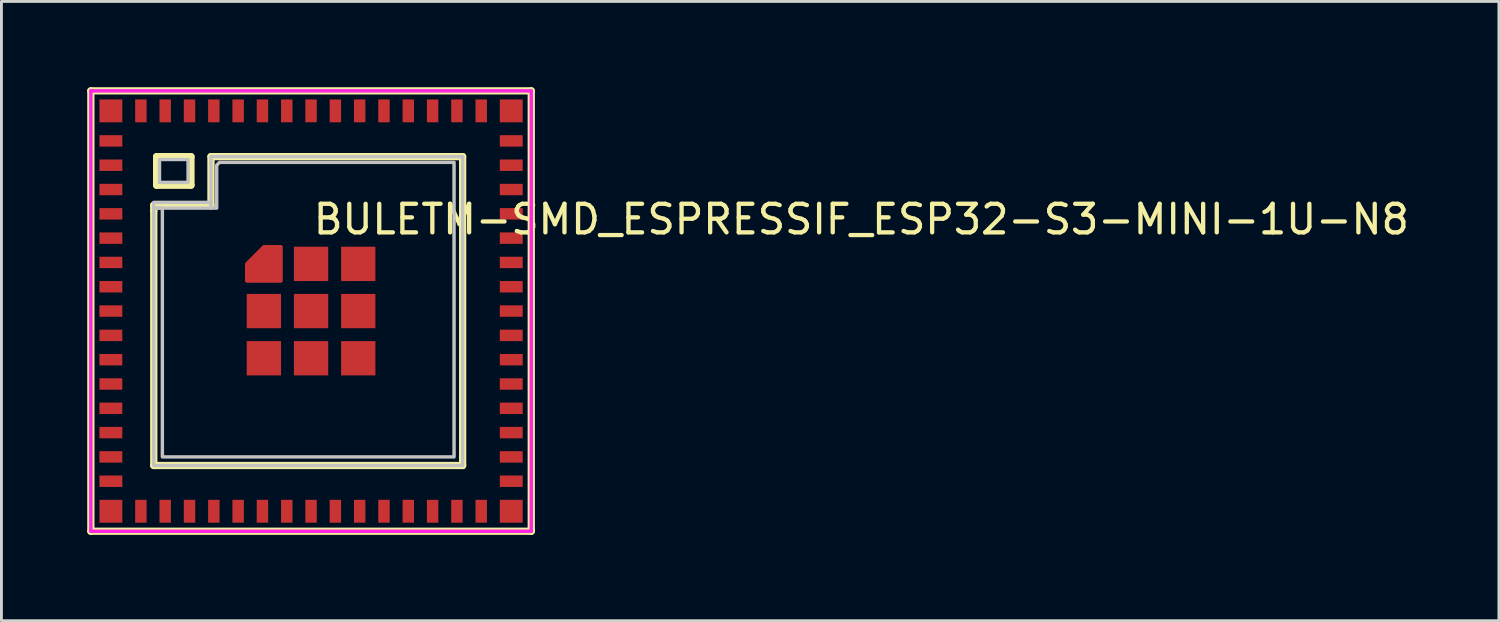
<source format=kicad_pcb>
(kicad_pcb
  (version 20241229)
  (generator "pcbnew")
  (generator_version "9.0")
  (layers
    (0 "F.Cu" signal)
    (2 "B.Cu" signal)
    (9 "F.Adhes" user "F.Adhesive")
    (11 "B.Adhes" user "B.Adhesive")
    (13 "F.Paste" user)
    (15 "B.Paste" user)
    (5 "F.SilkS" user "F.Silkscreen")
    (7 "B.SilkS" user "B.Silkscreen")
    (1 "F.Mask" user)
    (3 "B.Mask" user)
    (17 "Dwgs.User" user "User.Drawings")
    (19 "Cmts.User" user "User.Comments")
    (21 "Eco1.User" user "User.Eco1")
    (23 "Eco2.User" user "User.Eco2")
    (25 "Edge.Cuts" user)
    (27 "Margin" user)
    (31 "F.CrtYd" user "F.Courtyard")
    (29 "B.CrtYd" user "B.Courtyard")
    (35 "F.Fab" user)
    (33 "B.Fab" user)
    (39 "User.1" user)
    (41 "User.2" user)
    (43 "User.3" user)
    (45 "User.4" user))
  (footprint "BULETM-SMD_ESPRESSIF_ESP32-S3-MINI-1U-N8"
    (layer "F.Cu")
    (at 7.827 7.827)
    (property "Reference" "BULETM-SMD_ESPRESSIF_ESP32-S3-MINI-1U-N8" (at 0 -3.207 0) (layer "F.SilkS") (effects (font (size 1 1) (thickness 0.15)) (justify left)))
    (attr through_hole)
    (fp_line (start -7.7 -7.7) (end 7.7 -7.7) (stroke (width 0.254) (type solid)) (layer "F.SilkS"))
    (fp_line (start -7.7 7.7) (end -7.7 -7.7) (stroke (width 0.254) (type solid)) (layer "F.SilkS"))
    (fp_line (start -5.5 -3.7) (end -3.5 -3.7) (stroke (width 0.254) (type solid)) (layer "F.SilkS"))
    (fp_line (start -5.5 -3.5) (end -5.5 -3.7) (stroke (width 0.254) (type solid)) (layer "F.SilkS"))
    (fp_line (start -5.5 5.4) (end -5.5 -3.5) (stroke (width 0.254) (type solid)) (layer "F.SilkS"))
    (fp_line (start -5.4 -5.4) (end -4.2 -5.4) (stroke (width 0.254) (type solid)) (layer "F.SilkS"))
    (fp_line (start -5.4 -4.4) (end -5.4 -5.4) (stroke (width 0.254) (type solid)) (layer "F.SilkS"))
    (fp_line (start -4.2 -5.4) (end -4.2 -4.4) (stroke (width 0.254) (type solid)) (layer "F.SilkS"))
    (fp_line (start -4.2 -4.4) (end -5.4 -4.4) (stroke (width 0.254) (type solid)) (layer "F.SilkS"))
    (fp_line (start -3.5 -5.4) (end 5.3 -5.4) (stroke (width 0.254) (type solid)) (layer "F.SilkS"))
    (fp_line (start -3.5 -3.7) (end -3.5 -5.4) (stroke (width 0.254) (type solid)) (layer "F.SilkS"))
    (fp_line (start 5.3 -5.4) (end 5.3 5.4) (stroke (width 0.254) (type solid)) (layer "F.SilkS"))
    (fp_line (start 5.3 5.4) (end -5.5 5.4) (stroke (width 0.254) (type solid)) (layer "F.SilkS"))
    (fp_line (start 7.7 -7.7) (end 7.7 7.7) (stroke (width 0.254) (type solid)) (layer "F.SilkS"))
    (fp_line (start 7.7 7.7) (end -7.7 7.7) (stroke (width 0.254) (type solid)) (layer "F.SilkS"))
    (fp_poly (pts (xy -3.5 -3.8) (xy -5.5 -3.8) (xy -5.5 -3.6) (xy -3.5 -3.6)) (stroke (width 0.12) (type solid)) (fill no) (layer "Dwgs.User"))
    (fp_poly (pts (xy -5.3 -4.5) (xy -5.3 -5.3) (xy -4.3 -5.3) (xy -4.3 -4.5) (xy -5.3 -4.5)) (stroke (width 0.12) (type solid)) (fill no) (layer "Dwgs.User"))
    (fp_poly (pts (xy -5.5 -3.6) (xy -5.5 5.4) (xy 5.3 5.4) (xy 5.3 -5.4) (xy -3.4 -5.4) (xy -3.5 -5.4) (xy -3.5 -3.6) (xy -3.3 -3.6) (xy -3.3 -5.1) (xy -3.2 -5.2) (xy 5 -5.2) (xy 5 5.1) (xy -5.2 5.1) (xy -5.2 -3.6)) (stroke (width 0.12) (type solid)) (fill no) (layer "Dwgs.User"))
    (fp_circle (center -7.7 -7.7) (end -7.67 -7.7) (stroke (width 0.06) (type solid)) (fill no) (layer "Eco2.User"))
    (fp_poly (pts (xy -7.4 -6.6) (xy -7.4 -7.4) (xy -6.6 -7.4) (xy -6.6 -6.6)) (stroke (width 0.12) (type solid)) (fill no) (layer "Eco2.User"))
    (fp_poly (pts (xy -7.4 -5.75) (xy -7.4 -6.15) (xy -6.6 -6.15) (xy -6.6 -5.75)) (stroke (width 0.12) (type solid)) (fill no) (layer "Eco2.User"))
    (fp_poly (pts (xy -7.4 -4.9) (xy -7.4 -5.3) (xy -6.6 -5.3) (xy -6.6 -4.9)) (stroke (width 0.12) (type solid)) (fill no) (layer "Eco2.User"))
    (fp_poly (pts (xy -7.4 -4.05) (xy -7.4 -4.45) (xy -6.6 -4.45) (xy -6.6 -4.05)) (stroke (width 0.12) (type solid)) (fill no) (layer "Eco2.User"))
    (fp_poly (pts (xy -7.4 -3.2) (xy -7.4 -3.6) (xy -6.6 -3.6) (xy -6.6 -3.2)) (stroke (width 0.12) (type solid)) (fill no) (layer "Eco2.User"))
    (fp_poly (pts (xy -7.4 -2.35) (xy -7.4 -2.75) (xy -6.6 -2.75) (xy -6.6 -2.35)) (stroke (width 0.12) (type solid)) (fill no) (layer "Eco2.User"))
    (fp_poly (pts (xy -7.4 -1.5) (xy -7.4 -1.9) (xy -6.6 -1.9) (xy -6.6 -1.5)) (stroke (width 0.12) (type solid)) (fill no) (layer "Eco2.User"))
    (fp_poly (pts (xy -7.4 -0.65) (xy -7.4 -1.05) (xy -6.6 -1.05) (xy -6.6 -0.65)) (stroke (width 0.12) (type solid)) (fill no) (layer "Eco2.User"))
    (fp_poly (pts (xy -7.4 0.2) (xy -7.4 -0.2) (xy -6.6 -0.2) (xy -6.6 0.2)) (stroke (width 0.12) (type solid)) (fill no) (layer "Eco2.User"))
    (fp_poly (pts (xy -7.4 1.05) (xy -7.4 0.65) (xy -6.6 0.65) (xy -6.6 1.05)) (stroke (width 0.12) (type solid)) (fill no) (layer "Eco2.User"))
    (fp_poly (pts (xy -7.4 1.9) (xy -7.4 1.5) (xy -6.6 1.5) (xy -6.6 1.9)) (stroke (width 0.12) (type solid)) (fill no) (layer "Eco2.User"))
    (fp_poly (pts (xy -7.4 2.75) (xy -7.4 2.35) (xy -6.6 2.35) (xy -6.6 2.75)) (stroke (width 0.12) (type solid)) (fill no) (layer "Eco2.User"))
    (fp_poly (pts (xy -7.4 3.6) (xy -7.4 3.2) (xy -6.6 3.2) (xy -6.6 3.6)) (stroke (width 0.12) (type solid)) (fill no) (layer "Eco2.User"))
    (fp_poly (pts (xy -7.4 4.45) (xy -7.4 4.05) (xy -6.6 4.05) (xy -6.6 4.45)) (stroke (width 0.12) (type solid)) (fill no) (layer "Eco2.User"))
    (fp_poly (pts (xy -7.4 5.3) (xy -7.4 4.9) (xy -6.6 4.9) (xy -6.6 5.3)) (stroke (width 0.12) (type solid)) (fill no) (layer "Eco2.User"))
    (fp_poly (pts (xy -7.4 6.15) (xy -7.4 5.75) (xy -6.6 5.75) (xy -6.6 6.15)) (stroke (width 0.12) (type solid)) (fill no) (layer "Eco2.User"))
    (fp_poly (pts (xy -7.4 7.4) (xy -7.4 6.6) (xy -6.6 6.6) (xy -6.6 7.4)) (stroke (width 0.12) (type solid)) (fill no) (layer "Eco2.User"))
    (fp_poly (pts (xy -5.75 -6.6) (xy -6.15 -6.6) (xy -6.15 -7.4) (xy -5.75 -7.4)) (stroke (width 0.12) (type solid)) (fill no) (layer "Eco2.User"))
    (fp_poly (pts (xy -5.75 7.4) (xy -6.15 7.4) (xy -6.15 6.6) (xy -5.75 6.6)) (stroke (width 0.12) (type solid)) (fill no) (layer "Eco2.User"))
    (fp_poly (pts (xy -4.9 -6.6) (xy -5.3 -6.6) (xy -5.3 -7.4) (xy -4.9 -7.4)) (stroke (width 0.12) (type solid)) (fill no) (layer "Eco2.User"))
    (fp_poly (pts (xy -4.9 7.4) (xy -5.3 7.4) (xy -5.3 6.6) (xy -4.9 6.6)) (stroke (width 0.12) (type solid)) (fill no) (layer "Eco2.User"))
    (fp_poly (pts (xy -4.05 -6.6) (xy -4.45 -6.6) (xy -4.45 -7.4) (xy -4.05 -7.4)) (stroke (width 0.12) (type solid)) (fill no) (layer "Eco2.User"))
    (fp_poly (pts (xy -4.05 7.4) (xy -4.45 7.4) (xy -4.45 6.6) (xy -4.05 6.6)) (stroke (width 0.12) (type solid)) (fill no) (layer "Eco2.User"))
    (fp_poly (pts (xy -3.2 -6.6) (xy -3.6 -6.6) (xy -3.6 -7.4) (xy -3.2 -7.4)) (stroke (width 0.12) (type solid)) (fill no) (layer "Eco2.User"))
    (fp_poly (pts (xy -3.2 7.4) (xy -3.6 7.4) (xy -3.6 6.6) (xy -3.2 6.6)) (stroke (width 0.12) (type solid)) (fill no) (layer "Eco2.User"))
    (fp_poly (pts (xy -2.35 -6.6) (xy -2.75 -6.6) (xy -2.75 -7.4) (xy -2.35 -7.4)) (stroke (width 0.12) (type solid)) (fill no) (layer "Eco2.User"))
    (fp_poly (pts (xy -2.35 7.4) (xy -2.75 7.4) (xy -2.75 6.6) (xy -2.35 6.6)) (stroke (width 0.12) (type solid)) (fill no) (layer "Eco2.User"))
    (fp_poly (pts (xy -2.25 -0.6) (xy -1.05 -0.6) (xy -1.05 0.6) (xy -2.25 0.6)) (stroke (width 0.12) (type solid)) (fill no) (layer "Eco2.User"))
    (fp_poly (pts (xy -2.25 1.05) (xy -1.05 1.05) (xy -1.05 2.25) (xy -2.25 2.25)) (stroke (width 0.12) (type solid)) (fill no) (layer "Eco2.User"))
    (fp_poly (pts (xy -1.5 -6.6) (xy -1.9 -6.6) (xy -1.9 -7.4) (xy -1.5 -7.4)) (stroke (width 0.12) (type solid)) (fill no) (layer "Eco2.User"))
    (fp_poly (pts (xy -1.5 7.4) (xy -1.9 7.4) (xy -1.9 6.6) (xy -1.5 6.6)) (stroke (width 0.12) (type solid)) (fill no) (layer "Eco2.User"))
    (fp_poly (pts (xy -0.65 -6.6) (xy -1.05 -6.6) (xy -1.05 -7.4) (xy -0.65 -7.4)) (stroke (width 0.12) (type solid)) (fill no) (layer "Eco2.User"))
    (fp_poly (pts (xy -0.65 7.4) (xy -1.05 7.4) (xy -1.05 6.6) (xy -0.65 6.6)) (stroke (width 0.12) (type solid)) (fill no) (layer "Eco2.User"))
    (fp_poly (pts (xy -0.6 -2.25) (xy 0.6 -2.25) (xy 0.6 -1.05) (xy -0.6 -1.05)) (stroke (width 0.12) (type solid)) (fill no) (layer "Eco2.User"))
    (fp_poly (pts (xy -0.6 -0.6) (xy 0.6 -0.6) (xy 0.6 0.6) (xy -0.6 0.6)) (stroke (width 0.12) (type solid)) (fill no) (layer "Eco2.User"))
    (fp_poly (pts (xy -0.6 1.05) (xy 0.6 1.05) (xy 0.6 2.25) (xy -0.6 2.25)) (stroke (width 0.12) (type solid)) (fill no) (layer "Eco2.User"))
    (fp_poly (pts (xy 0.2 -6.6) (xy -0.2 -6.6) (xy -0.2 -7.4) (xy 0.2 -7.4)) (stroke (width 0.12) (type solid)) (fill no) (layer "Eco2.User"))
    (fp_poly (pts (xy 0.2 7.4) (xy -0.2 7.4) (xy -0.2 6.6) (xy 0.2 6.6)) (stroke (width 0.12) (type solid)) (fill no) (layer "Eco2.User"))
    (fp_poly (pts (xy 1.05 -6.6) (xy 0.65 -6.6) (xy 0.65 -7.4) (xy 1.05 -7.4)) (stroke (width 0.12) (type solid)) (fill no) (layer "Eco2.User"))
    (fp_poly (pts (xy 1.05 -2.25) (xy 2.25 -2.25) (xy 2.25 -1.05) (xy 1.05 -1.05)) (stroke (width 0.12) (type solid)) (fill no) (layer "Eco2.User"))
    (fp_poly (pts (xy 1.05 -0.6) (xy 2.25 -0.6) (xy 2.25 0.6) (xy 1.05 0.6)) (stroke (width 0.12) (type solid)) (fill no) (layer "Eco2.User"))
    (fp_poly (pts (xy 1.05 1.05) (xy 2.25 1.05) (xy 2.25 2.25) (xy 1.05 2.25)) (stroke (width 0.12) (type solid)) (fill no) (layer "Eco2.User"))
    (fp_poly (pts (xy 1.05 7.4) (xy 0.65 7.4) (xy 0.65 6.6) (xy 1.05 6.6)) (stroke (width 0.12) (type solid)) (fill no) (layer "Eco2.User"))
    (fp_poly (pts (xy 1.9 -6.6) (xy 1.5 -6.6) (xy 1.5 -7.4) (xy 1.9 -7.4)) (stroke (width 0.12) (type solid)) (fill no) (layer "Eco2.User"))
    (fp_poly (pts (xy 1.9 7.4) (xy 1.5 7.4) (xy 1.5 6.6) (xy 1.9 6.6)) (stroke (width 0.12) (type solid)) (fill no) (layer "Eco2.User"))
    (fp_poly (pts (xy 2.75 -6.6) (xy 2.35 -6.6) (xy 2.35 -7.4) (xy 2.75 -7.4)) (stroke (width 0.12) (type solid)) (fill no) (layer "Eco2.User"))
    (fp_poly (pts (xy 2.75 7.4) (xy 2.35 7.4) (xy 2.35 6.6) (xy 2.75 6.6)) (stroke (width 0.12) (type solid)) (fill no) (layer "Eco2.User"))
    (fp_poly (pts (xy 3.6 -6.6) (xy 3.2 -6.6) (xy 3.2 -7.4) (xy 3.6 -7.4)) (stroke (width 0.12) (type solid)) (fill no) (layer "Eco2.User"))
    (fp_poly (pts (xy 3.6 7.4) (xy 3.2 7.4) (xy 3.2 6.6) (xy 3.6 6.6)) (stroke (width 0.12) (type solid)) (fill no) (layer "Eco2.User"))
    (fp_poly (pts (xy 4.45 -6.6) (xy 4.05 -6.6) (xy 4.05 -7.4) (xy 4.45 -7.4)) (stroke (width 0.12) (type solid)) (fill no) (layer "Eco2.User"))
    (fp_poly (pts (xy 4.45 7.4) (xy 4.05 7.4) (xy 4.05 6.6) (xy 4.45 6.6)) (stroke (width 0.12) (type solid)) (fill no) (layer "Eco2.User"))
    (fp_poly (pts (xy 5.3 -6.6) (xy 4.9 -6.6) (xy 4.9 -7.4) (xy 5.3 -7.4)) (stroke (width 0.12) (type solid)) (fill no) (layer "Eco2.User"))
    (fp_poly (pts (xy 5.3 7.4) (xy 4.9 7.4) (xy 4.9 6.6) (xy 5.3 6.6)) (stroke (width 0.12) (type solid)) (fill no) (layer "Eco2.User"))
    (fp_poly (pts (xy 6.15 -6.6) (xy 5.75 -6.6) (xy 5.75 -7.4) (xy 6.15 -7.4)) (stroke (width 0.12) (type solid)) (fill no) (layer "Eco2.User"))
    (fp_poly (pts (xy 6.15 7.4) (xy 5.75 7.4) (xy 5.75 6.6) (xy 6.15 6.6)) (stroke (width 0.12) (type solid)) (fill no) (layer "Eco2.User"))
    (fp_poly (pts (xy 6.6 -6.6) (xy 6.6 -7.4) (xy 7.4 -7.4) (xy 7.4 -6.6)) (stroke (width 0.12) (type solid)) (fill no) (layer "Eco2.User"))
    (fp_poly (pts (xy 6.6 -5.75) (xy 6.6 -6.15) (xy 7.4 -6.15) (xy 7.4 -5.75)) (stroke (width 0.12) (type solid)) (fill no) (layer "Eco2.User"))
    (fp_poly (pts (xy 6.6 -4.9) (xy 6.6 -5.3) (xy 7.4 -5.3) (xy 7.4 -4.9)) (stroke (width 0.12) (type solid)) (fill no) (layer "Eco2.User"))
    (fp_poly (pts (xy 6.6 -4.05) (xy 6.6 -4.45) (xy 7.4 -4.45) (xy 7.4 -4.05)) (stroke (width 0.12) (type solid)) (fill no) (layer "Eco2.User"))
    (fp_poly (pts (xy 6.6 -3.2) (xy 6.6 -3.6) (xy 7.4 -3.6) (xy 7.4 -3.2)) (stroke (width 0.12) (type solid)) (fill no) (layer "Eco2.User"))
    (fp_poly (pts (xy 6.6 -2.35) (xy 6.6 -2.75) (xy 7.4 -2.75) (xy 7.4 -2.35)) (stroke (width 0.12) (type solid)) (fill no) (layer "Eco2.User"))
    (fp_poly (pts (xy 6.6 -1.5) (xy 6.6 -1.9) (xy 7.4 -1.9) (xy 7.4 -1.5)) (stroke (width 0.12) (type solid)) (fill no) (layer "Eco2.User"))
    (fp_poly (pts (xy 6.6 -0.65) (xy 6.6 -1.05) (xy 7.4 -1.05) (xy 7.4 -0.65)) (stroke (width 0.12) (type solid)) (fill no) (layer "Eco2.User"))
    (fp_poly (pts (xy 6.6 0.2) (xy 6.6 -0.2) (xy 7.4 -0.2) (xy 7.4 0.2)) (stroke (width 0.12) (type solid)) (fill no) (layer "Eco2.User"))
    (fp_poly (pts (xy 6.6 1.05) (xy 6.6 0.65) (xy 7.4 0.65) (xy 7.4 1.05)) (stroke (width 0.12) (type solid)) (fill no) (layer "Eco2.User"))
    (fp_poly (pts (xy 6.6 1.9) (xy 6.6 1.5) (xy 7.4 1.5) (xy 7.4 1.9)) (stroke (width 0.12) (type solid)) (fill no) (layer "Eco2.User"))
    (fp_poly (pts (xy 6.6 2.75) (xy 6.6 2.35) (xy 7.4 2.35) (xy 7.4 2.75)) (stroke (width 0.12) (type solid)) (fill no) (layer "Eco2.User"))
    (fp_poly (pts (xy 6.6 3.6) (xy 6.6 3.2) (xy 7.4 3.2) (xy 7.4 3.6)) (stroke (width 0.12) (type solid)) (fill no) (layer "Eco2.User"))
    (fp_poly (pts (xy 6.6 4.45) (xy 6.6 4.05) (xy 7.4 4.05) (xy 7.4 4.45)) (stroke (width 0.12) (type solid)) (fill no) (layer "Eco2.User"))
    (fp_poly (pts (xy 6.6 5.3) (xy 6.6 4.9) (xy 7.4 4.9) (xy 7.4 5.3)) (stroke (width 0.12) (type solid)) (fill no) (layer "Eco2.User"))
    (fp_poly (pts (xy 6.6 6.15) (xy 6.6 5.75) (xy 7.4 5.75) (xy 7.4 6.15)) (stroke (width 0.12) (type solid)) (fill no) (layer "Eco2.User"))
    (fp_poly (pts (xy 6.6 7.4) (xy 6.6 6.6) (xy 7.4 6.6) (xy 7.4 7.4)) (stroke (width 0.12) (type solid)) (fill no) (layer "Eco2.User"))
    (fp_poly (pts (xy -1.05 -1.05) (xy -1.05 -2.25) (xy -1.65 -2.25) (xy -2.25 -1.65) (xy -2.25 -1.05) (xy -1.05 -1.05)) (stroke (width 0.12) (type solid)) (fill no) (layer "Eco2.User"))
    (fp_line (start -7.7 -7.7) (end 7.7 -7.7) (stroke (width 0.12) (type solid)) (layer "F.CrtYd"))
    (fp_line (start -7.7 7.7) (end -7.7 -7.7) (stroke (width 0.12) (type solid)) (layer "F.CrtYd"))
    (fp_line (start 7.7 -7.7) (end 7.7 7.7) (stroke (width 0.12) (type solid)) (layer "F.CrtYd"))
    (fp_line (start 7.7 7.7) (end -7.7 7.7) (stroke (width 0.12) (type solid)) (layer "F.CrtYd"))
    (pad "1" smd rect (at -7 -5.95 90) (size 0.4 0.8) (layers "F.Cu" "F.Mask" "F.Paste"))
    (pad "2" smd rect (at -7 -5.1 90) (size 0.4 0.8) (layers "F.Cu" "F.Mask" "F.Paste"))
    (pad "3" smd rect (at -7 -4.25 90) (size 0.4 0.8) (layers "F.Cu" "F.Mask" "F.Paste"))
    (pad "4" smd rect (at -7 -3.4 90) (size 0.4 0.8) (layers "F.Cu" "F.Mask" "F.Paste"))
    (pad "5" smd rect (at -7 -2.55 90) (size 0.4 0.8) (layers "F.Cu" "F.Mask" "F.Paste"))
    (pad "6" smd rect (at -7 -1.7 90) (size 0.4 0.8) (layers "F.Cu" "F.Mask" "F.Paste"))
    (pad "7" smd rect (at -7 -0.85 90) (size 0.4 0.8) (layers "F.Cu" "F.Mask" "F.Paste"))
    (pad "8" smd rect (at -7 0 90) (size 0.4 0.8) (layers "F.Cu" "F.Mask" "F.Paste"))
    (pad "9" smd rect (at -7 0.85 90) (size 0.4 0.8) (layers "F.Cu" "F.Mask" "F.Paste"))
    (pad "10" smd rect (at -7 1.7 90) (size 0.4 0.8) (layers "F.Cu" "F.Mask" "F.Paste"))
    (pad "11" smd rect (at -7 2.55 90) (size 0.4 0.8) (layers "F.Cu" "F.Mask" "F.Paste"))
    (pad "12" smd rect (at -7 3.4 90) (size 0.4 0.8) (layers "F.Cu" "F.Mask" "F.Paste"))
    (pad "13" smd rect (at -7 4.25 90) (size 0.4 0.8) (layers "F.Cu" "F.Mask" "F.Paste"))
    (pad "14" smd rect (at -7 5.1 90) (size 0.4 0.8) (layers "F.Cu" "F.Mask" "F.Paste"))
    (pad "15" smd rect (at -7 5.95 90) (size 0.4 0.8) (layers "F.Cu" "F.Mask" "F.Paste"))
    (pad "16" smd rect (at -5.95 7 180) (size 0.4 0.8) (layers "F.Cu" "F.Mask" "F.Paste"))
    (pad "17" smd rect (at -5.1 7 180) (size 0.4 0.8) (layers "F.Cu" "F.Mask" "F.Paste"))
    (pad "18" smd rect (at -4.25 7 180) (size 0.4 0.8) (layers "F.Cu" "F.Mask" "F.Paste"))
    (pad "19" smd rect (at -3.4 7 180) (size 0.4 0.8) (layers "F.Cu" "F.Mask" "F.Paste"))
    (pad "20" smd rect (at -2.55 7 180) (size 0.4 0.8) (layers "F.Cu" "F.Mask" "F.Paste"))
    (pad "21" smd rect (at -1.7 7 180) (size 0.4 0.8) (layers "F.Cu" "F.Mask" "F.Paste"))
    (pad "22" smd rect (at -0.85 7 180) (size 0.4 0.8) (layers "F.Cu" "F.Mask" "F.Paste"))
    (pad "23" smd rect (at 0 7 180) (size 0.4 0.8) (layers "F.Cu" "F.Mask" "F.Paste"))
    (pad "24" smd rect (at 0.85 7 180) (size 0.4 0.8) (layers "F.Cu" "F.Mask" "F.Paste"))
    (pad "25" smd rect (at 1.7 7 180) (size 0.4 0.8) (layers "F.Cu" "F.Mask" "F.Paste"))
    (pad "26" smd rect (at 2.55 7 180) (size 0.4 0.8) (layers "F.Cu" "F.Mask" "F.Paste"))
    (pad "27" smd rect (at 3.4 7 180) (size 0.4 0.8) (layers "F.Cu" "F.Mask" "F.Paste"))
    (pad "28" smd rect (at 4.25 7 180) (size 0.4 0.8) (layers "F.Cu" "F.Mask" "F.Paste"))
    (pad "29" smd rect (at 5.1 7 180) (size 0.4 0.8) (layers "F.Cu" "F.Mask" "F.Paste"))
    (pad "30" smd rect (at 5.95 7 180) (size 0.4 0.8) (layers "F.Cu" "F.Mask" "F.Paste"))
    (pad "31" smd rect (at 7 5.95 90) (size 0.4 0.8) (layers "F.Cu" "F.Mask" "F.Paste"))
    (pad "32" smd rect (at 7 5.1 90) (size 0.4 0.8) (layers "F.Cu" "F.Mask" "F.Paste"))
    (pad "33" smd rect (at 7 4.25 90) (size 0.4 0.8) (layers "F.Cu" "F.Mask" "F.Paste"))
    (pad "34" smd rect (at 7 3.4 90) (size 0.4 0.8) (layers "F.Cu" "F.Mask" "F.Paste"))
    (pad "35" smd rect (at 7 2.55 90) (size 0.4 0.8) (layers "F.Cu" "F.Mask" "F.Paste"))
    (pad "36" smd rect (at 7 1.7 90) (size 0.4 0.8) (layers "F.Cu" "F.Mask" "F.Paste"))
    (pad "37" smd rect (at 7 0.85 90) (size 0.4 0.8) (layers "F.Cu" "F.Mask" "F.Paste"))
    (pad "38" smd rect (at 7 0 90) (size 0.4 0.8) (layers "F.Cu" "F.Mask" "F.Paste"))
    (pad "39" smd rect (at 7 -0.85 90) (size 0.4 0.8) (layers "F.Cu" "F.Mask" "F.Paste"))
    (pad "40" smd rect (at 7 -1.7 90) (size 0.4 0.8) (layers "F.Cu" "F.Mask" "F.Paste"))
    (pad "41" smd rect (at 7 -2.55 90) (size 0.4 0.8) (layers "F.Cu" "F.Mask" "F.Paste"))
    (pad "42" smd rect (at 7 -3.4 90) (size 0.4 0.8) (layers "F.Cu" "F.Mask" "F.Paste"))
    (pad "43" smd rect (at 7 -4.25 90) (size 0.4 0.8) (layers "F.Cu" "F.Mask" "F.Paste"))
    (pad "44" smd rect (at 7 -5.1 90) (size 0.4 0.8) (layers "F.Cu" "F.Mask" "F.Paste"))
    (pad "45" smd rect (at 7 -5.95 90) (size 0.4 0.8) (layers "F.Cu" "F.Mask" "F.Paste"))
    (pad "46" smd rect (at 5.95 -7 180) (size 0.4 0.8) (layers "F.Cu" "F.Mask" "F.Paste"))
    (pad "47" smd rect (at 5.1 -7 180) (size 0.4 0.8) (layers "F.Cu" "F.Mask" "F.Paste"))
    (pad "48" smd rect (at 4.25 -7 180) (size 0.4 0.8) (layers "F.Cu" "F.Mask" "F.Paste"))
    (pad "49" smd rect (at 3.4 -7 180) (size 0.4 0.8) (layers "F.Cu" "F.Mask" "F.Paste"))
    (pad "50" smd rect (at 2.55 -7 180) (size 0.4 0.8) (layers "F.Cu" "F.Mask" "F.Paste"))
    (pad "51" smd rect (at 1.7 -7 180) (size 0.4 0.8) (layers "F.Cu" "F.Mask" "F.Paste"))
    (pad "52" smd rect (at 0.85 -7 180) (size 0.4 0.8) (layers "F.Cu" "F.Mask" "F.Paste"))
    (pad "53" smd rect (at 0 -7 180) (size 0.4 0.8) (layers "F.Cu" "F.Mask" "F.Paste"))
    (pad "54" smd rect (at -0.85 -7 180) (size 0.4 0.8) (layers "F.Cu" "F.Mask" "F.Paste"))
    (pad "55" smd rect (at -1.7 -7 180) (size 0.4 0.8) (layers "F.Cu" "F.Mask" "F.Paste"))
    (pad "56" smd rect (at -2.55 -7 180) (size 0.4 0.8) (layers "F.Cu" "F.Mask" "F.Paste"))
    (pad "57" smd rect (at -3.4 -7 180) (size 0.4 0.8) (layers "F.Cu" "F.Mask" "F.Paste"))
    (pad "58" smd rect (at -4.25 -7 180) (size 0.4 0.8) (layers "F.Cu" "F.Mask" "F.Paste"))
    (pad "59" smd rect (at -5.1 -7 180) (size 0.4 0.8) (layers "F.Cu" "F.Mask" "F.Paste"))
    (pad "60" smd rect (at -5.95 -7 180) (size 0.4 0.8) (layers "F.Cu" "F.Mask" "F.Paste"))
    (pad "61" smd custom (at -1.65 -1.65) (size 0.102 0.102) (layers "F.Cu" "F.Mask" "F.Paste") (options (anchor circle)) (primitives (gr_poly (pts (xy 0.6 0.6) (xy 0.6 -0.6) (xy 0 -0.6) (xy -0.6 0) (xy -0.6 0.6) (xy 0.6 0.6)) (width 0.12) (fill yes))))
    (pad "61" smd rect (at -1.65 0) (size 1.2 1.2) (layers "F.Cu" "F.Mask" "F.Paste"))
    (pad "61" smd rect (at -1.65 1.65) (size 1.2 1.2) (layers "F.Cu" "F.Mask" "F.Paste"))
    (pad "61" smd rect (at 0 -1.65) (size 1.2 1.2) (layers "F.Cu" "F.Mask" "F.Paste"))
    (pad "61" smd rect (at 0 0) (size 1.2 1.2) (layers "F.Cu" "F.Mask" "F.Paste"))
    (pad "61" smd rect (at 0 1.65) (size 1.2 1.2) (layers "F.Cu" "F.Mask" "F.Paste"))
    (pad "61" smd rect (at 1.65 -1.65) (size 1.2 1.2) (layers "F.Cu" "F.Mask" "F.Paste"))
    (pad "61" smd rect (at 1.65 0) (size 1.2 1.2) (layers "F.Cu" "F.Mask" "F.Paste"))
    (pad "61" smd rect (at 1.65 1.65) (size 1.2 1.2) (layers "F.Cu" "F.Mask" "F.Paste"))
    (pad "62" smd rect (at -7 -7 90) (size 0.8 0.8) (layers "F.Cu" "F.Mask" "F.Paste"))
    (pad "63" smd rect (at -7 7 90) (size 0.8 0.8) (layers "F.Cu" "F.Mask" "F.Paste"))
    (pad "64" smd rect (at 7 7 90) (size 0.8 0.8) (layers "F.Cu" "F.Mask" "F.Paste"))
    (pad "65" smd rect (at 7 -7 90) (size 0.8 0.8) (layers "F.Cu" "F.Mask" "F.Paste")))
  (gr_rect
    (start -3 -3)
    (end 49.363 18.654)
    (stroke (width 0.1) (type default))
    (fill no)
    (layer "Edge.Cuts")))
</source>
